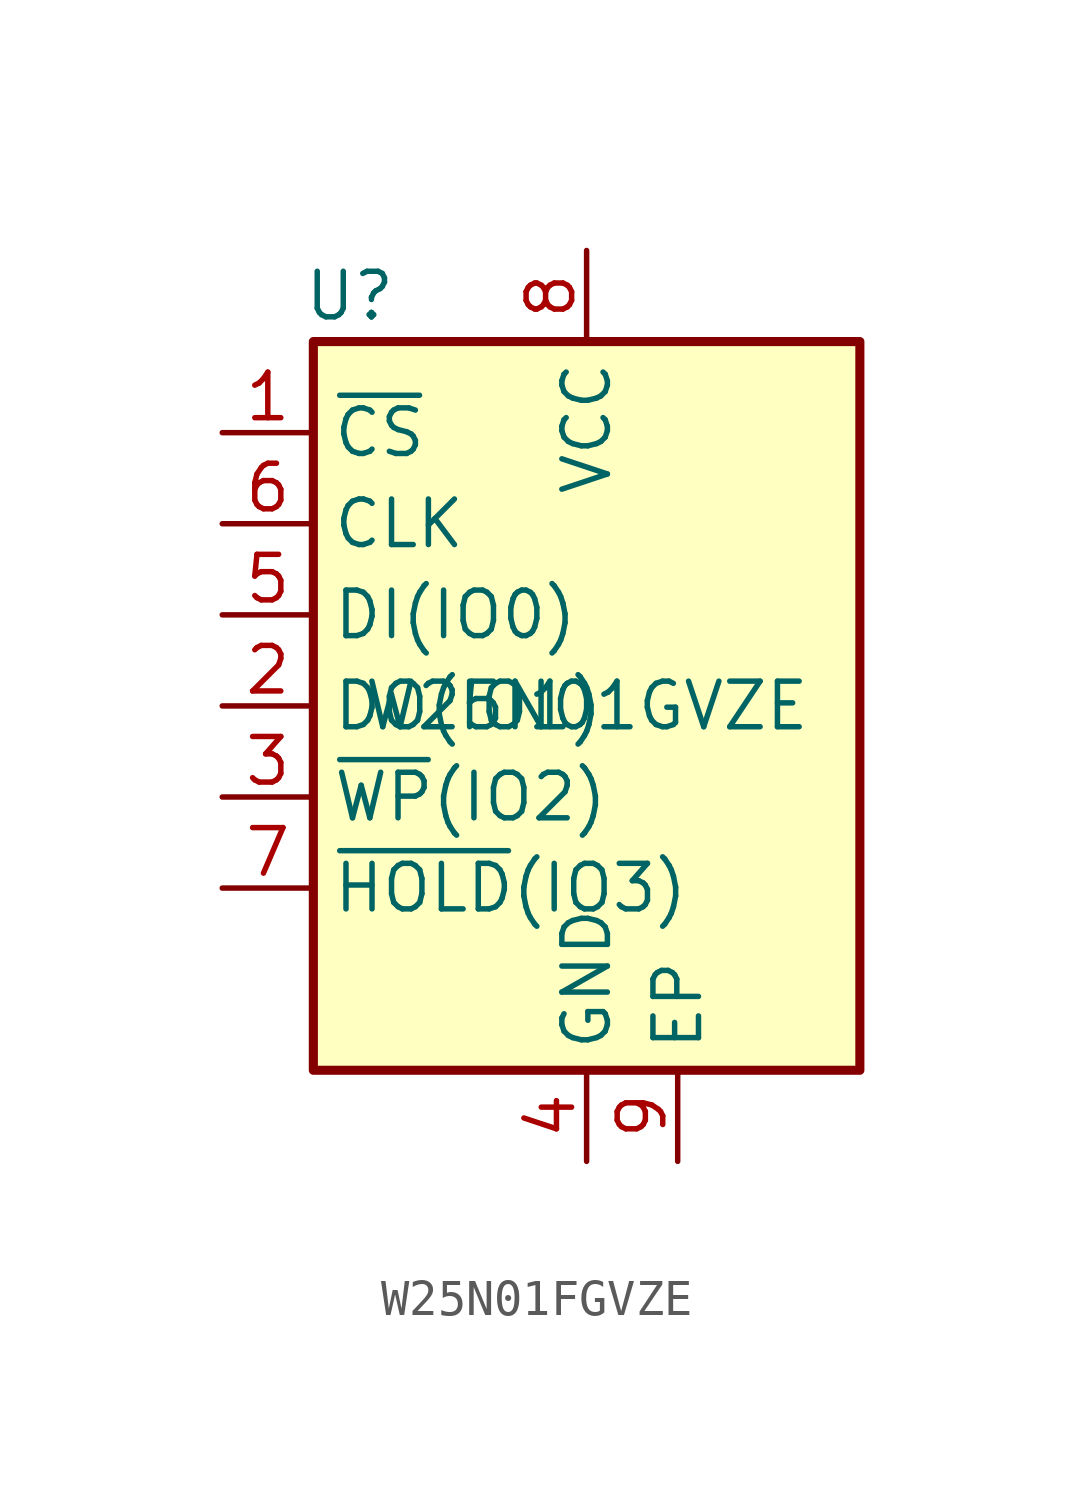
<source format=kicad_sym>
(kicad_symbol_lib
  (version 20231120)
  (generator "kicad_symbol_editor")
  (generator_version "8.0")
  (symbol "W25N01FGVZE"
    (property "Reference" "U"
      (at -6.604 11.43 0)
      (effects (font (size 1.27 1.27))))
    (property "Value" "W25N01GVZE"
      (at 0 0 0)
      (effects (font (size 1.27 1.27))))
    (symbol "W25N01FGVZE_0_1"
      (rectangle (start -7.62 10.16) (end 7.62 -10.16) (stroke (width 0.254) (type default)) (fill (type background))))
    (symbol "W25N01FGVZE_1_1"
      (pin input line (at -10.16 7.62 0) (length 2.54) (name "~{CS}" (effects (font (size 1.27 1.27)))) (number "1" (effects (font (size 1.27 1.27)))))
      (pin bidirectional line (at -10.16 0 0) (length 2.54) (name "DO(IO1)" (effects (font (size 1.27 1.27)))) (number "2" (effects (font (size 1.27 1.27)))))
      (pin bidirectional line (at -10.16 -2.54 0) (length 2.54) (name "~{WP}(IO2)" (effects (font (size 1.27 1.27)))) (number "3" (effects (font (size 1.27 1.27)))))
      (pin power_in line (at 0 -12.7 90) (length 2.54) (name "GND" (effects (font (size 1.27 1.27)))) (number "4" (effects (font (size 1.27 1.27)))))
      (pin bidirectional line (at -10.16 2.54 0) (length 2.54) (name "DI(IO0)" (effects (font (size 1.27 1.27)))) (number "5" (effects (font (size 1.27 1.27)))))
      (pin input line (at -10.16 5.08 0) (length 2.54) (name "CLK" (effects (font (size 1.27 1.27)))) (number "6" (effects (font (size 1.27 1.27)))))
      (pin bidirectional line (at -10.16 -5.08 0) (length 2.54) (name "~{HOLD}(IO3)" (effects (font (size 1.27 1.27)))) (number "7" (effects (font (size 1.27 1.27)))))
      (pin power_in line (at 0 12.7 270) (length 2.54) (name "VCC" (effects (font (size 1.27 1.27)))) (number "8" (effects (font (size 1.27 1.27)))))
      (pin passive line (at 2.54 -12.7 90) (length 2.54) (name "EP" (effects (font (size 1.27 1.27)))) (number "9" (effects (font (size 1.27 1.27))))))))
</source>
